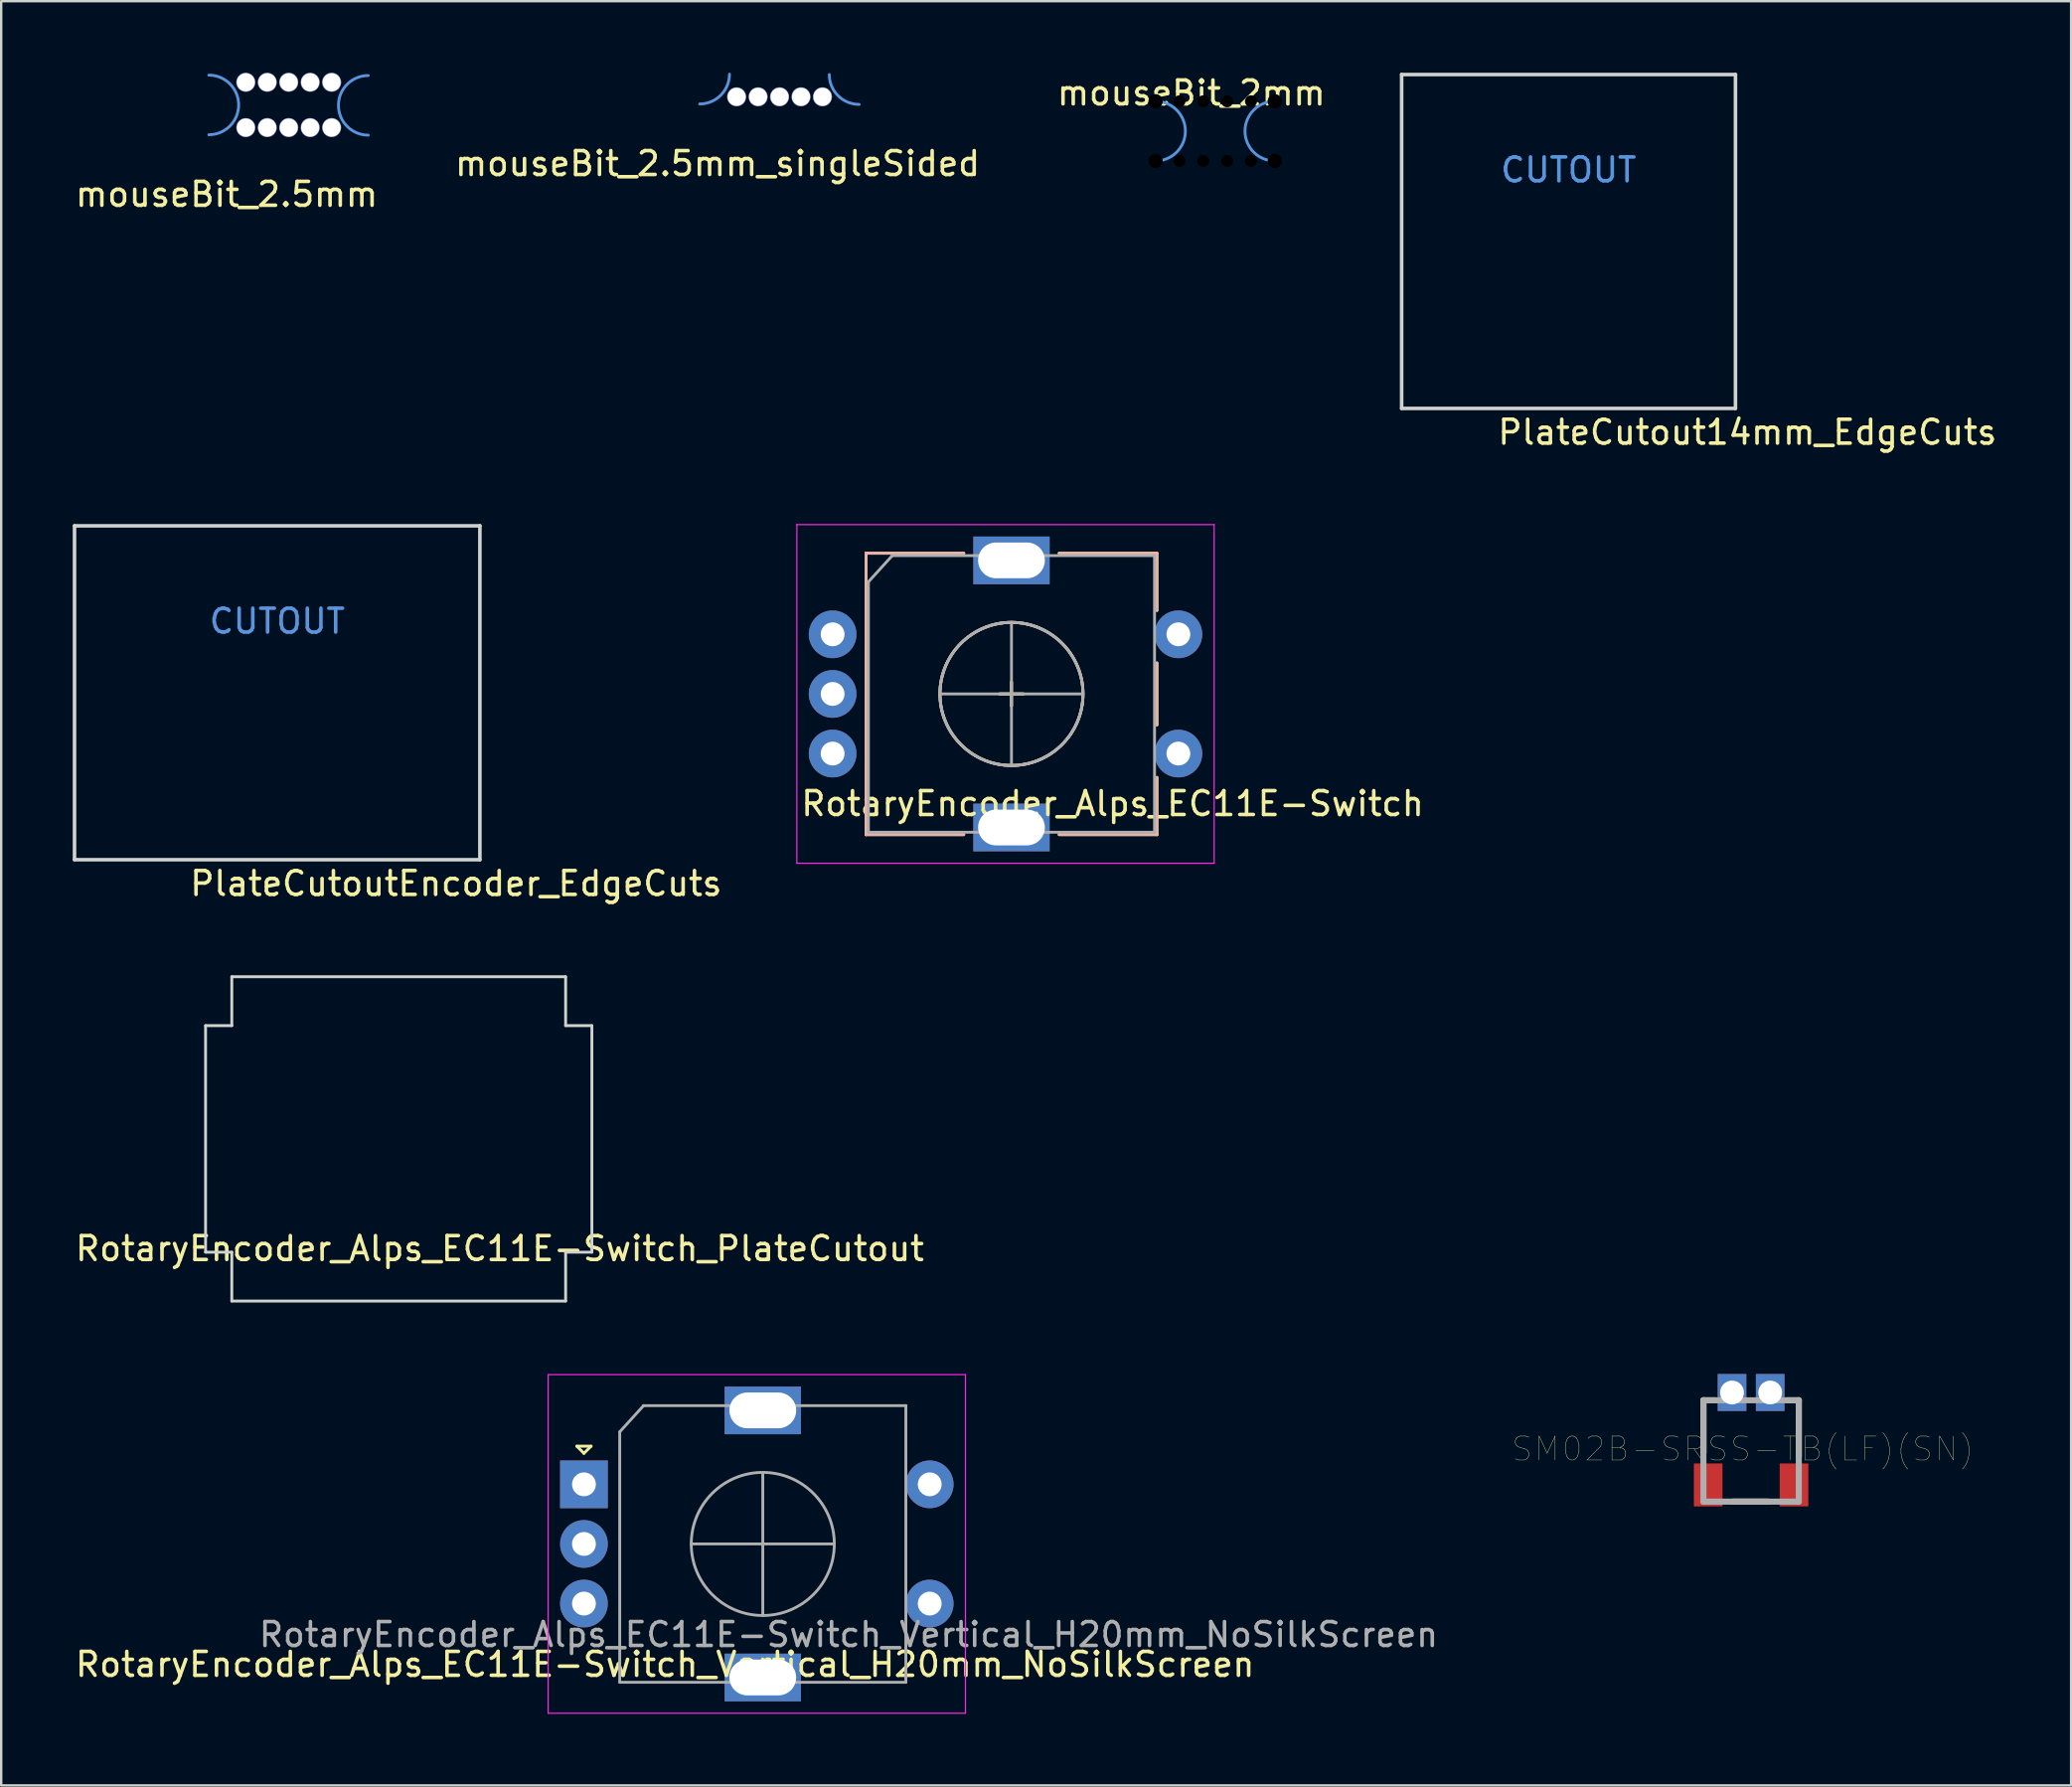
<source format=kicad_pcb>
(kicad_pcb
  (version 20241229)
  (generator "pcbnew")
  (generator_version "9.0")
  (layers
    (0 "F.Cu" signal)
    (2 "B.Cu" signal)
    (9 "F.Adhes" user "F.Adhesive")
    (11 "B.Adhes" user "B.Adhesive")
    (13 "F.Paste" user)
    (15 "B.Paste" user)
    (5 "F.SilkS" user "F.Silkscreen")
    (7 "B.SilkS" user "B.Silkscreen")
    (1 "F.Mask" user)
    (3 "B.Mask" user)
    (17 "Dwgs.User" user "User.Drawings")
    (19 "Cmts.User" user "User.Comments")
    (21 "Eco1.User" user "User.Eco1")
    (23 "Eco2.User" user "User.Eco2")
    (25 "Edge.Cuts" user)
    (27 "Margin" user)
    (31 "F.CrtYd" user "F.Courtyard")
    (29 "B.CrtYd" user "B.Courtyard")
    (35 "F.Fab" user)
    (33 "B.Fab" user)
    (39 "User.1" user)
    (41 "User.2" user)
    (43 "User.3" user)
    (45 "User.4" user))
  (footprint "PlateCutout14mm_EdgeCuts"
    (layer "F.Cu")
    (at 62.73 7.075)
    (property "Reference" "PlateCutout14mm_EdgeCuts" (at 7.5 8 0) (layer "F.SilkS") (effects (font (size 1 1) (thickness 0.15))))
    (fp_line (start -7 -7) (end 7 -7) (stroke (width 0.15) (type solid)) (layer "Edge.Cuts"))
    (fp_line (start -7 7) (end -7 -7) (stroke (width 0.15) (type solid)) (layer "Edge.Cuts"))
    (fp_line (start 7 -7) (end 7 7) (stroke (width 0.15) (type solid)) (layer "Edge.Cuts"))
    (fp_line (start 7 7) (end -7 7) (stroke (width 0.15) (type solid)) (layer "Edge.Cuts"))
    (fp_text user "CUTOUT" (at 0 -3 0) (unlocked yes) (layer "Cmts.User") (effects (font (size 1 1) (thickness 0.15)))))
  (footprint "RotaryEncoder_Alps_EC11E-Switch_PlateCutout"
    (layer "F.Cu")
    (at 13.671 44.706)
    (property "Reference" "RotaryEncoder_Alps_EC11E-Switch_PlateCutout" (at 4.24 4.6 0) (layer "F.SilkS") (effects (font (size 1 1) (thickness 0.15))))
    (fp_line (start -8.1 -4.75) (end -8.1 4.75) (stroke (width 0.12) (type solid)) (layer "Edge.Cuts"))
    (fp_line (start -7 -6.8) (end 7 -6.8) (stroke (width 0.12) (type solid)) (layer "Edge.Cuts"))
    (fp_line (start -7 -4.75) (end -8.1 -4.75) (stroke (width 0.12) (type solid)) (layer "Edge.Cuts"))
    (fp_line (start -7 -4.75) (end -7 -6.8) (stroke (width 0.12) (type solid)) (layer "Edge.Cuts"))
    (fp_line (start -7 4.75) (end -8.1 4.75) (stroke (width 0.12) (type solid)) (layer "Edge.Cuts"))
    (fp_line (start -7 4.75) (end -7 6.8) (stroke (width 0.12) (type solid)) (layer "Edge.Cuts"))
    (fp_line (start -7 6.8) (end 7 6.8) (stroke (width 0.12) (type solid)) (layer "Edge.Cuts"))
    (fp_line (start 7 -4.75) (end 7 -6.8) (stroke (width 0.12) (type solid)) (layer "Edge.Cuts"))
    (fp_line (start 7 6.8) (end 7 4.75) (stroke (width 0.12) (type solid)) (layer "Edge.Cuts"))
    (fp_line (start 8.1 -4.75) (end 7 -4.75) (stroke (width 0.12) (type solid)) (layer "Edge.Cuts"))
    (fp_line (start 8.1 -4.75) (end 8.1 4.75) (stroke (width 0.12) (type solid)) (layer "Edge.Cuts"))
    (fp_line (start 8.1 4.75) (end 7 4.75) (stroke (width 0.12) (type solid)) (layer "Edge.Cuts")))
  (footprint "mouseBit_2.5mm"
    (layer "F.Cu")
    (at 6.958 2.6)
    (property "Reference" "mouseBit_2.5mm" (at -0.5 2.5 0) (unlocked yes) (layer "F.SilkS") (effects (font (size 1 1) (thickness 0.15))))
    (fp_arc (start -1.25 -2.5) (mid 0 -1.25) (end -1.25 0) (stroke (width 0.12) (type solid)) (layer "Cmts.User"))
    (fp_arc (start 5.435921 0.017236) (mid 4.185921 -1.232764) (end 5.435921 -2.482764) (stroke (width 0.12) (type solid)) (layer "Cmts.User"))
    (pad "" np_thru_hole circle (at 0.3 -2.2) (size 0.8 0.8) (drill 0.762) (layers "*.Cu" "*.Mask"))
    (pad "" np_thru_hole circle (at 0.3 -0.3) (size 0.8 0.8) (drill 0.762) (layers "*.Cu" "*.Mask"))
    (pad "" np_thru_hole circle (at 1.2 -2.2) (size 0.8 0.8) (drill 0.762) (layers "*.Cu" "*.Mask"))
    (pad "" np_thru_hole circle (at 1.2 -0.3) (size 0.8 0.8) (drill 0.762) (layers "*.Cu" "*.Mask"))
    (pad "" np_thru_hole circle (at 2.1 -2.2) (size 0.8 0.8) (drill 0.762) (layers "*.Cu" "*.Mask"))
    (pad "" np_thru_hole circle (at 2.1 -0.3) (size 0.8 0.8) (drill 0.762) (layers "*.Cu" "*.Mask"))
    (pad "" np_thru_hole circle (at 3 -2.2) (size 0.8 0.8) (drill 0.762) (layers "*.Cu" "*.Mask"))
    (pad "" np_thru_hole circle (at 3 -0.3) (size 0.8 0.8) (drill 0.762) (layers "*.Cu" "*.Mask"))
    (pad "" np_thru_hole circle (at 3.9 -2.2) (size 0.8 0.8) (drill 0.762) (layers "*.Cu" "*.Mask"))
    (pad "" np_thru_hole circle (at 3.9 -0.3) (size 0.8 0.8) (drill 0.762) (layers "*.Cu" "*.Mask")))
  (footprint "SM02B-SRSS-TB(LF)(SN)"
    (layer "F.Cu")
    (at 70.386 57.316)
    (property "Reference" "SM02B-SRSS-TB(LF)(SN)" (at -0.347 0.391 0) (layer "F.SilkS") (effects (font (size 1.002 1.002) (thickness 0.015))))
    (attr through_hole)
    (fp_line (start -2 -1.65) (end -2 0.563) (stroke (width 0.254) (type solid)) (layer "F.SilkS"))
    (fp_line (start -2 -1.65) (end -1.5 -1.65) (stroke (width 0.254) (type solid)) (layer "F.SilkS"))
    (fp_line (start -0.767 2.6) (end 0.722 2.6) (stroke (width 0.254) (type solid)) (layer "F.SilkS"))
    (fp_line (start 2 -1.65) (end 1.5 -1.65) (stroke (width 0.254) (type solid)) (layer "F.SilkS"))
    (fp_line (start 2 -1.65) (end 2 0.697) (stroke (width 0.254) (type solid)) (layer "F.SilkS"))
    (fp_line (start -2 -1.65) (end 2 -1.65) (stroke (width 0.254) (type solid)) (layer "F.Fab"))
    (fp_line (start -2 2.6) (end -2 -1.65) (stroke (width 0.254) (type solid)) (layer "F.Fab"))
    (fp_line (start 2 -1.65) (end 2 2.6) (stroke (width 0.254) (type solid)) (layer "F.Fab"))
    (fp_line (start 2 2.6) (end -2 2.6) (stroke (width 0.254) (type solid)) (layer "F.Fab"))
    (pad "1" thru_hole rect (at -0.8 -1.975) (size 1.2 1.55) (drill 1) (layers "*.Cu" "*.Mask"))
    (pad "2" thru_hole rect (at 0.8 -1.975) (size 1.2 1.55) (drill 1) (layers "*.Cu" "*.Mask"))
    (pad "3" smd rect (at -1.8 1.9) (size 1.2 1.8) (layers "F.Cu" "F.Mask" "F.Paste"))
    (pad "4" smd rect (at 1.8 1.9) (size 1.2 1.8) (layers "F.Cu" "F.Mask" "F.Paste")))
  (footprint "PlateCutoutEncoder_EdgeCuts"
    (layer "F.Cu")
    (at 8.575 25.998)
    (property "Reference" "PlateCutoutEncoder_EdgeCuts" (at 7.5 8 0) (layer "F.SilkS") (effects (font (size 1 1) (thickness 0.15))))
    (fp_line (start -8.5 -7) (end 8.5 -7) (stroke (width 0.15) (type solid)) (layer "Edge.Cuts"))
    (fp_line (start -8.5 7) (end -8.5 -7) (stroke (width 0.15) (type solid)) (layer "Edge.Cuts"))
    (fp_line (start 8.5 -7) (end 8.5 7) (stroke (width 0.15) (type solid)) (layer "Edge.Cuts"))
    (fp_line (start 8.5 7) (end -8.5 7) (stroke (width 0.15) (type solid)) (layer "Edge.Cuts"))
    (fp_text user "CUTOUT" (at 0 -3 0) (unlocked yes) (layer "Cmts.User") (effects (font (size 1 1) (thickness 0.15)))))
  (footprint "mouseBit_2.5mm_singleSided"
    (layer "F.Cu")
    (at 27.542 1.31)
    (property "Reference" "mouseBit_2.5mm_singleSided" (at -0.5 2.5 0) (unlocked yes) (layer "F.SilkS") (effects (font (size 1 1) (thickness 0.15))))
    (fp_arc (start 0 -1.25) (mid -0.366117 -0.366117) (end -1.25 0) (stroke (width 0.12) (type solid)) (layer "Cmts.User"))
    (fp_arc (start 5.435921 0.017236) (mid 4.552038 -0.348881) (end 4.185921 -1.232764) (stroke (width 0.12) (type solid)) (layer "Cmts.User"))
    (pad "" np_thru_hole circle (at 0.3 -0.3) (size 0.8 0.8) (drill 0.762) (layers "*.Cu" "*.Mask"))
    (pad "" np_thru_hole circle (at 1.2 -0.3) (size 0.8 0.8) (drill 0.762) (layers "*.Cu" "*.Mask"))
    (pad "" np_thru_hole circle (at 2.1 -0.3) (size 0.8 0.8) (drill 0.762) (layers "*.Cu" "*.Mask"))
    (pad "" np_thru_hole circle (at 3 -0.3) (size 0.8 0.8) (drill 0.762) (layers "*.Cu" "*.Mask"))
    (pad "" np_thru_hole circle (at 3.9 -0.3) (size 0.8 0.8) (drill 0.762) (layers "*.Cu" "*.Mask")))
  (footprint "RotaryEncoder_Alps_EC11E-Switch_Vertical_H20mm_NoSilkScreen"
    (layer "F.Cu")
    (at 21.439 59.191)
    (property "Reference" "RotaryEncoder_Alps_EC11E-Switch_Vertical_H20mm_NoSilkScreen" (at 3.4 7.55 0) (layer "F.SilkS") (effects (font (size 1 1) (thickness 0.15))))
    (attr through_hole)
    (fp_line (start -0.3 -1.6) (end 0.3 -1.6) (stroke (width 0.12) (type solid)) (layer "F.SilkS"))
    (fp_line (start 0 -1.3) (end -0.3 -1.6) (stroke (width 0.12) (type solid)) (layer "F.SilkS"))
    (fp_line (start 0.3 -1.6) (end 0 -1.3) (stroke (width 0.12) (type solid)) (layer "F.SilkS"))
    (fp_line (start -1.5 -4.6) (end -1.5 9.6) (stroke (width 0.05) (type solid)) (layer "F.CrtYd"))
    (fp_line (start -1.5 -4.6) (end 16 -4.6) (stroke (width 0.05) (type solid)) (layer "F.CrtYd"))
    (fp_line (start 16 9.6) (end -1.5 9.6) (stroke (width 0.05) (type solid)) (layer "F.CrtYd"))
    (fp_line (start 16 9.6) (end 16 -4.6) (stroke (width 0.05) (type solid)) (layer "F.CrtYd"))
    (fp_line (start 1.5 -2.2) (end 2.5 -3.3) (stroke (width 0.12) (type solid)) (layer "F.Fab"))
    (fp_line (start 1.5 8.3) (end 1.5 -2.2) (stroke (width 0.12) (type solid)) (layer "F.Fab"))
    (fp_line (start 2.5 -3.3) (end 13.5 -3.3) (stroke (width 0.12) (type solid)) (layer "F.Fab"))
    (fp_line (start 4.5 2.5) (end 10.5 2.5) (stroke (width 0.12) (type solid)) (layer "F.Fab"))
    (fp_line (start 7.5 -0.5) (end 7.5 5.5) (stroke (width 0.12) (type solid)) (layer "F.Fab"))
    (fp_line (start 13.5 -3.3) (end 13.5 8.3) (stroke (width 0.12) (type solid)) (layer "F.Fab"))
    (fp_line (start 13.5 8.3) (end 1.5 8.3) (stroke (width 0.12) (type solid)) (layer "F.Fab"))
    (fp_circle (center 7.5 2.5) (end 10.5 2.5) (stroke (width 0.12) (type solid)) (fill no) (layer "F.Fab"))
    (fp_text user "${REFERENCE}" (at 11.1 6.3 0) (layer "F.Fab") (effects (font (size 1 1) (thickness 0.15))))
    (pad "A" thru_hole rect (at 0 0) (size 2 2) (drill 1) (layers "*.Cu" "*.Mask"))
    (pad "B" thru_hole circle (at 0 5) (size 2 2) (drill 1) (layers "*.Cu" "*.Mask"))
    (pad "C" thru_hole circle (at 0 2.5) (size 2 2) (drill 1) (layers "*.Cu" "*.Mask"))
    (pad "MP" thru_hole rect (at 7.5 -3.1) (size 3.2 2) (drill oval 2.8 1.5) (layers "*.Cu" "*.Mask"))
    (pad "MP" thru_hole rect (at 7.5 8.1) (size 3.2 2) (drill oval 2.8 1.5) (layers "*.Cu" "*.Mask"))
    (pad "S1" thru_hole circle (at 14.5 5) (size 2 2) (drill 1) (layers "*.Cu" "*.Mask"))
    (pad "S2" thru_hole circle (at 14.5 0) (size 2 2) (drill 1) (layers "*.Cu" "*.Mask")))
  (footprint "mouseBit_2mm"
    (layer "F.Cu")
    (at 47.911 2.448)
    (property "Reference" "mouseBit_2mm" (at -1 -1.6 0) (unlocked yes) (layer "F.SilkS") (effects (font (size 1 1) (thickness 0.15))))
    (attr board_only exclude_from_pos_files exclude_from_bom)
    (fp_arc (start -2.5 -1.25) (mid -1.25 0) (end -2.5 1.25) (stroke (width 0.12) (type solid)) (layer "Cmts.User"))
    (fp_arc (start 2.5 1.25) (mid 1.25 0) (end 2.5 -1.25) (stroke (width 0.12) (type solid)) (layer "Cmts.User"))
    (pad "" np_thru_hole circle (at -2.5 -1.25) (size 0.6 0.6) (drill 0.6) (layers "*.Mask"))
    (pad "" np_thru_hole circle (at -2.5 1.25) (size 0.6 0.6) (drill 0.6) (layers "*.Mask"))
    (pad "" np_thru_hole circle (at -1.5 -1.25) (size 0.5 0.5) (drill 0.5) (layers "*.Mask"))
    (pad "" np_thru_hole circle (at -1.5 1.25) (size 0.5 0.5) (drill 0.5) (layers "*.Mask"))
    (pad "" np_thru_hole circle (at -0.5 -1.25) (size 0.5 0.5) (drill 0.5) (layers "*.Mask"))
    (pad "" np_thru_hole circle (at -0.5 1.25) (size 0.5 0.5) (drill 0.5) (layers "*.Mask"))
    (pad "" np_thru_hole circle (at 0.5 -1.25 180) (size 0.5 0.5) (drill 0.5) (layers "*.Mask"))
    (pad "" np_thru_hole circle (at 0.5 1.25 180) (size 0.5 0.5) (drill 0.5) (layers "*.Mask"))
    (pad "" np_thru_hole circle (at 1.5 -1.25 180) (size 0.5 0.5) (drill 0.5) (layers "*.Mask"))
    (pad "" np_thru_hole circle (at 1.5 1.25 180) (size 0.5 0.5) (drill 0.5) (layers "*.Mask"))
    (pad "" np_thru_hole circle (at 2.5 -1.25 180) (size 0.6 0.6) (drill 0.6) (layers "*.Mask"))
    (pad "" np_thru_hole circle (at 2.5 1.25 180) (size 0.6 0.6) (drill 0.6) (layers "*.Mask")))
  (footprint "RotaryEncoder_Alps_EC11E-Switch"
    (layer "F.Cu")
    (at 39.368 26.048)
    (property "Reference" "RotaryEncoder_Alps_EC11E-Switch" (at 4.24 4.6 0) (layer "F.SilkS") (effects (font (size 1 1) (thickness 0.15))))
    (fp_line (start -6.1 -5.9) (end -6.1 5.9) (stroke (width 0.12) (type solid)) (layer "F.SilkS"))
    (fp_line (start -2 -5.9) (end -6.1 -5.9) (stroke (width 0.12) (type solid)) (layer "F.SilkS"))
    (fp_line (start -2 5.9) (end -6.1 5.9) (stroke (width 0.12) (type solid)) (layer "F.SilkS"))
    (fp_line (start -0.5 0) (end 0.5 0) (stroke (width 0.12) (type solid)) (layer "F.SilkS"))
    (fp_line (start 0 -0.5) (end 0 0.5) (stroke (width 0.12) (type solid)) (layer "F.SilkS"))
    (fp_line (start 2 -5.9) (end 6.1 -5.9) (stroke (width 0.12) (type solid)) (layer "F.SilkS"))
    (fp_line (start 6.1 -5.9) (end 6.1 -3.5) (stroke (width 0.12) (type solid)) (layer "F.SilkS"))
    (fp_line (start 6.1 -1.3) (end 6.1 1.3) (stroke (width 0.12) (type solid)) (layer "F.SilkS"))
    (fp_line (start 6.1 3.5) (end 6.1 5.9) (stroke (width 0.12) (type solid)) (layer "F.SilkS"))
    (fp_line (start 6.1 5.9) (end 2 5.9) (stroke (width 0.12) (type solid)) (layer "F.SilkS"))
    (fp_circle (center 0 0) (end 3 0) (stroke (width 0.12) (type solid)) (fill no) (layer "F.SilkS"))
    (fp_line (start -6.1 -5.9) (end -6.1 5.9) (stroke (width 0.12) (type solid)) (layer "B.SilkS"))
    (fp_line (start -2 -5.9) (end -6.1 -5.9) (stroke (width 0.12) (type solid)) (layer "B.SilkS"))
    (fp_line (start -2 5.9) (end -6.1 5.9) (stroke (width 0.12) (type solid)) (layer "B.SilkS"))
    (fp_line (start -0.5 0) (end 0.5 0) (stroke (width 0.12) (type solid)) (layer "B.SilkS"))
    (fp_line (start 0 -0.5) (end 0 0.5) (stroke (width 0.12) (type solid)) (layer "B.SilkS"))
    (fp_line (start 2 -5.9) (end 6.1 -5.9) (stroke (width 0.12) (type solid)) (layer "B.SilkS"))
    (fp_line (start 6.1 -5.9) (end 6.1 -3.5) (stroke (width 0.12) (type solid)) (layer "B.SilkS"))
    (fp_line (start 6.1 -1.3) (end 6.1 1.3) (stroke (width 0.12) (type solid)) (layer "B.SilkS"))
    (fp_line (start 6.1 3.5) (end 6.1 5.9) (stroke (width 0.12) (type solid)) (layer "B.SilkS"))
    (fp_line (start 6.1 5.9) (end 2 5.9) (stroke (width 0.12) (type solid)) (layer "B.SilkS"))
    (fp_circle (center 0 0) (end 3 0) (stroke (width 0.12) (type solid)) (fill no) (layer "B.SilkS"))
    (fp_line (start -9 -7.1) (end -9 7.1) (stroke (width 0.05) (type solid)) (layer "F.CrtYd"))
    (fp_line (start -9 -7.1) (end 8.5 -7.1) (stroke (width 0.05) (type solid)) (layer "F.CrtYd"))
    (fp_line (start 8.5 7.1) (end -9 7.1) (stroke (width 0.05) (type solid)) (layer "F.CrtYd"))
    (fp_line (start 8.5 7.1) (end 8.5 -7.1) (stroke (width 0.05) (type solid)) (layer "F.CrtYd"))
    (fp_line (start -6 -4.7) (end -5 -5.8) (stroke (width 0.12) (type solid)) (layer "F.Fab"))
    (fp_line (start -6 5.8) (end -6 -4.7) (stroke (width 0.12) (type solid)) (layer "F.Fab"))
    (fp_line (start -5 -5.8) (end 6 -5.8) (stroke (width 0.12) (type solid)) (layer "F.Fab"))
    (fp_line (start -3 0) (end 3 0) (stroke (width 0.12) (type solid)) (layer "F.Fab"))
    (fp_line (start 0 -3) (end 0 3) (stroke (width 0.12) (type solid)) (layer "F.Fab"))
    (fp_line (start 6 -5.8) (end 6 5.8) (stroke (width 0.12) (type solid)) (layer "F.Fab"))
    (fp_line (start 6 5.8) (end -6 5.8) (stroke (width 0.12) (type solid)) (layer "F.Fab"))
    (fp_circle (center 0 0) (end 3 0) (stroke (width 0.12) (type solid)) (fill no) (layer "F.Fab"))
    (pad "A" thru_hole circle (at -7.5 -2.5) (size 2 2) (drill 1) (layers "*.Cu" "*.Mask"))
    (pad "B" thru_hole circle (at -7.5 2.5) (size 2 2) (drill 1) (layers "*.Cu" "*.Mask"))
    (pad "C" thru_hole circle (at -7.5 0) (size 2 2) (drill 1) (layers "*.Cu" "*.Mask"))
    (pad "MP" thru_hole rect (at 0 -5.6) (size 3.2 2) (drill oval 2.8 1.5) (layers "*.Cu" "*.Mask"))
    (pad "MP" thru_hole rect (at 0 5.6) (size 3.2 2) (drill oval 2.8 1.5) (layers "*.Cu" "*.Mask"))
    (pad "S1" thru_hole circle (at 7 2.5) (size 2 2) (drill 1) (layers "*.Cu" "*.Mask"))
    (pad "S2" thru_hole circle (at 7 -2.5) (size 2 2) (drill 1) (layers "*.Cu" "*.Mask")))
  (gr_rect
    (start -3 -3)
    (end 83.807 71.817)
    (stroke (width 0.1) (type default))
    (fill no)
    (layer "Edge.Cuts")))
</source>
